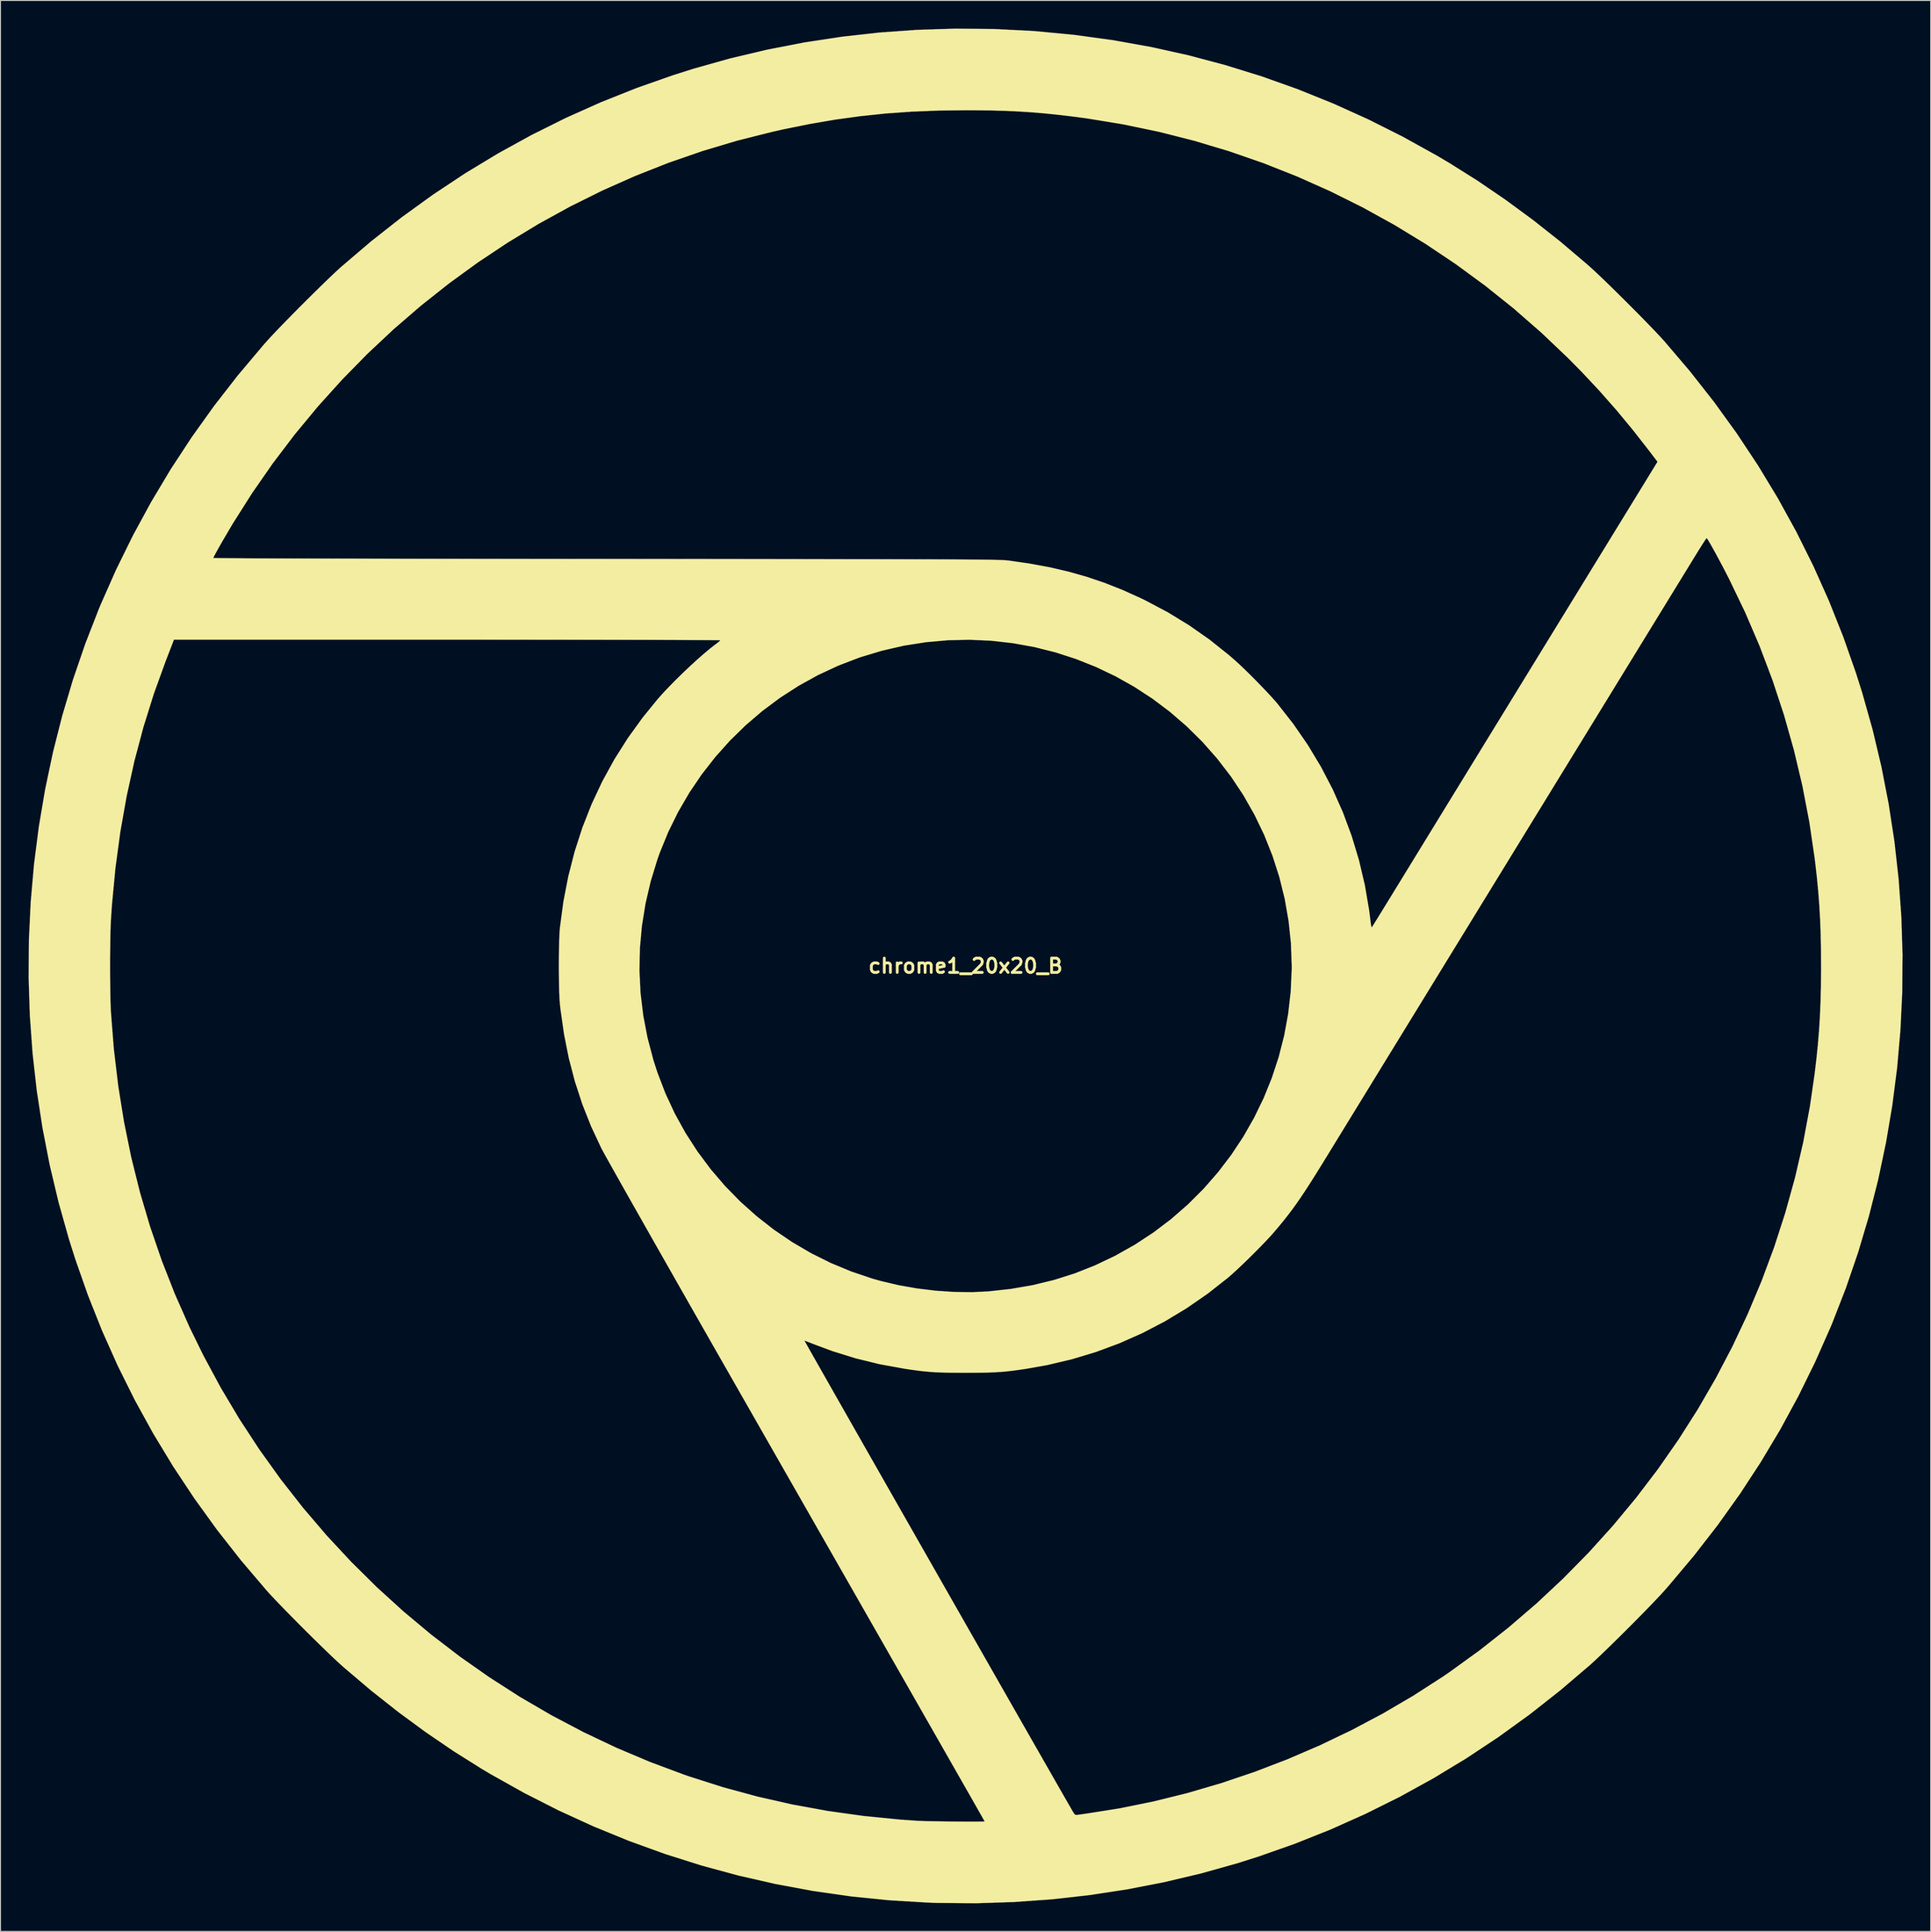
<source format=kicad_pcb>
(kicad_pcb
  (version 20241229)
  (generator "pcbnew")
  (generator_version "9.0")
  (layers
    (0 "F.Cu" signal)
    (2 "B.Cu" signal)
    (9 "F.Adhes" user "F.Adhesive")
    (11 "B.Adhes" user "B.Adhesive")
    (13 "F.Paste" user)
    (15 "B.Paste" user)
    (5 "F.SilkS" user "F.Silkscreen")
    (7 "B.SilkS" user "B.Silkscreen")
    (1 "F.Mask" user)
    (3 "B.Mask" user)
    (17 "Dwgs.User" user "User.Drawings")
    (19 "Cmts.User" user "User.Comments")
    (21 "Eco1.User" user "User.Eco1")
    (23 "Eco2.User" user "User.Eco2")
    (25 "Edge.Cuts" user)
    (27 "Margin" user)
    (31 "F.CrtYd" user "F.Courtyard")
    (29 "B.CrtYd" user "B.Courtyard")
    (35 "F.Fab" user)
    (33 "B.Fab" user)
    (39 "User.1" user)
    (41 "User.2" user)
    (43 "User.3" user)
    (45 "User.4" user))
  (footprint "chrome1_20x20_B"
    (layer "F.Cu")
    (at 99.968 99.975)
    (property "Reference" "chrome1_20x20_B" (at 0 0 0) (layer "F.SilkS") (effects (font (size 1.524 1.524) (thickness 0.3))))
    (attr through_hole)
    (fp_poly (pts (xy 2.979 -99.932) (xy 7.026 -99.73) (xy 7.493 -99.696) (xy 11.619 -99.301) (xy 15.703 -98.742) (xy 19.744 -98.02) (xy 23.74 -97.135) (xy 27.688 -96.087) (xy 31.587 -94.879) (xy 35.434 -93.51) (xy 39.227 -91.98) (xy 42.964 -90.291) (xy 46.643 -88.444) (xy 50.263 -86.438) (xy 51.604 -85.645) (xy 54.605 -83.76) (xy 57.595 -81.723) (xy 60.552 -79.55) (xy 63.453 -77.258) (xy 66.275 -74.863) (xy 66.633 -74.547) (xy 67.052 -74.166) (xy 67.569 -73.681) (xy 68.166 -73.11) (xy 68.823 -72.471) (xy 69.524 -71.783) (xy 70.25 -71.064) (xy 70.983 -70.332) (xy 71.705 -69.605) (xy 72.396 -68.901) (xy 73.041 -68.238) (xy 73.619 -67.636) (xy 74.113 -67.111) (xy 74.505 -66.682) (xy 74.549 -66.633) (xy 77.273 -63.435) (xy 79.847 -60.16) (xy 82.271 -56.808) (xy 84.543 -53.38) (xy 86.665 -49.876) (xy 88.635 -46.297) (xy 90.453 -42.644) (xy 92.119 -38.917) (xy 93.632 -35.117) (xy 94.992 -31.245) (xy 95.663 -29.125) (xy 96.764 -25.219) (xy 97.702 -21.275) (xy 98.478 -17.302) (xy 99.092 -13.304) (xy 99.543 -9.288) (xy 99.834 -5.26) (xy 99.963 -1.226) (xy 99.931 2.809) (xy 99.739 6.837) (xy 99.386 10.853) (xy 98.873 14.851) (xy 98.201 18.825) (xy 97.369 22.768) (xy 96.378 26.675) (xy 95.228 30.54) (xy 93.919 34.356) (xy 92.453 38.118) (xy 92.285 38.521) (xy 90.631 42.256) (xy 88.84 45.899) (xy 86.909 49.453) (xy 84.834 52.923) (xy 82.614 56.315) (xy 80.245 59.634) (xy 77.723 62.883) (xy 75.045 66.069) (xy 74.55 66.633) (xy 74.176 67.044) (xy 73.697 67.554) (xy 73.132 68.145) (xy 72.498 68.798) (xy 71.814 69.495) (xy 71.097 70.218) (xy 70.366 70.949) (xy 69.638 71.671) (xy 68.933 72.364) (xy 68.267 73.011) (xy 67.66 73.594) (xy 67.128 74.095) (xy 66.691 74.495) (xy 66.633 74.547) (xy 63.449 77.262) (xy 60.184 79.831) (xy 56.836 82.251) (xy 53.409 84.523) (xy 49.903 86.645) (xy 46.319 88.618) (xy 42.658 90.44) (xy 38.922 92.11) (xy 35.111 93.629) (xy 31.227 94.996) (xy 28.998 95.701) (xy 25.142 96.784) (xy 21.227 97.712) (xy 17.263 98.483) (xy 13.259 99.095) (xy 9.225 99.548) (xy 5.171 99.839) (xy 1.106 99.969) (xy -2.958 99.935) (xy -4.064 99.897) (xy -8.158 99.651) (xy -12.228 99.238) (xy -16.27 98.659) (xy -20.278 97.915) (xy -24.25 97.009) (xy -28.181 95.941) (xy -32.066 94.712) (xy -35.902 93.323) (xy -39.684 91.777) (xy -43.408 90.074) (xy -47.071 88.215) (xy -50.667 86.202) (xy -51.604 85.645) (xy -54.594 83.767) (xy -57.574 81.738) (xy -60.52 79.575) (xy -63.409 77.294) (xy -66.219 74.912) (xy -66.633 74.547) (xy -67.054 74.164) (xy -67.572 73.678) (xy -68.169 73.106) (xy -68.826 72.468) (xy -69.527 71.781) (xy -70.252 71.063) (xy -70.984 70.332) (xy -71.704 69.606) (xy -72.395 68.904) (xy -73.038 68.243) (xy -73.615 67.641) (xy -74.108 67.118) (xy -74.499 66.689) (xy -74.55 66.633) (xy -77.279 63.427) (xy -79.856 60.147) (xy -82.281 56.791) (xy -84.554 53.362) (xy -86.676 49.858) (xy -88.645 46.28) (xy -90.462 42.627) (xy -92.126 38.901) (xy -93.638 35.102) (xy -94.998 31.229) (xy -95.663 29.125) (xy -96.764 25.219) (xy -97.702 21.275) (xy -98.478 17.302) (xy -99.092 13.304) (xy -99.543 9.288) (xy -99.834 5.26) (xy -99.963 1.226) (xy -99.954 0.033) (xy -91.272 0.033) (xy -91.269 1.017) (xy -91.262 1.972) (xy -91.25 2.869) (xy -91.232 3.68) (xy -91.211 4.377) (xy -91.186 4.899) (xy -90.872 8.884) (xy -90.406 12.795) (xy -89.789 16.636) (xy -89.018 20.413) (xy -88.092 24.129) (xy -87.01 27.791) (xy -85.771 31.403) (xy -84.372 34.97) (xy -82.814 38.497) (xy -81.33 41.529) (xy -79.474 44.973) (xy -77.479 48.323) (xy -75.349 51.576) (xy -73.089 54.728) (xy -70.702 57.776) (xy -68.192 60.715) (xy -65.564 63.543) (xy -62.822 66.256) (xy -59.969 68.85) (xy -57.01 71.321) (xy -53.95 73.667) (xy -50.791 75.883) (xy -47.539 77.967) (xy -44.197 79.914) (xy -40.77 81.72) (xy -37.261 83.383) (xy -33.675 84.899) (xy -30.016 86.264) (xy -29.504 86.441) (xy -25.882 87.594) (xy -22.217 88.592) (xy -18.5 89.435) (xy -14.725 90.125) (xy -10.887 90.662) (xy -6.977 91.049) (xy -5.165 91.176) (xy -4.867 91.19) (xy -4.453 91.203) (xy -3.944 91.216) (xy -3.359 91.227) (xy -2.72 91.238) (xy -2.049 91.247) (xy -1.365 91.254) (xy -0.691 91.26) (xy -0.046 91.264) (xy 0.548 91.265) (xy 1.07 91.265) (xy 1.499 91.261) (xy 1.815 91.256) (xy 1.996 91.247) (xy 2.032 91.24) (xy 2.023 91.222) (xy 1.996 91.173) (xy 1.949 91.088) (xy 1.88 90.965) (xy 1.787 90.8) (xy 1.669 90.591) (xy 1.523 90.334) (xy 1.348 90.026) (xy 1.142 89.664) (xy 0.904 89.245) (xy 0.631 88.766) (xy 0.321 88.223) (xy -0.026 87.613) (xy -0.414 86.934) (xy -0.843 86.181) (xy -1.316 85.353) (xy -1.833 84.446) (xy -2.398 83.456) (xy -3.012 82.38) (xy -3.677 81.216) (xy -4.394 79.961) (xy -5.165 78.61) (xy -5.992 77.161) (xy -6.877 75.612) (xy -7.822 73.958) (xy -8.828 72.196) (xy -9.897 70.324) (xy -11.032 68.338) (xy -12.233 66.235) (xy -13.503 64.012) (xy -14.843 61.666) (xy -16.255 59.194) (xy -17.741 56.592) (xy -19.303 53.858) (xy -20.943 50.988) (xy -22.662 47.979) (xy -24.462 44.828) (xy -25.573 42.884) (xy -26.602 41.082) (xy -27.24 39.963) (xy -17.192 39.963) (xy -17.154 40.035) (xy -17.035 40.248) (xy -16.84 40.595) (xy -16.572 41.07) (xy -16.234 41.666) (xy -15.831 42.376) (xy -15.367 43.195) (xy -14.844 44.115) (xy -14.267 45.13) (xy -13.639 46.235) (xy -12.964 47.421) (xy -12.246 48.683) (xy -11.488 50.015) (xy -10.695 51.409) (xy -9.869 52.859) (xy -9.014 54.359) (xy -8.135 55.903) (xy -7.235 57.483) (xy -6.317 59.094) (xy -5.385 60.729) (xy -4.443 62.381) (xy -3.495 64.044) (xy -2.545 65.712) (xy -1.595 67.377) (xy -0.65 69.034) (xy 0.286 70.676) (xy 1.211 72.296) (xy 2.119 73.888) (xy 3.008 75.446) (xy 3.874 76.963) (xy 4.713 78.433) (xy 5.521 79.849) (xy 6.295 81.204) (xy 7.031 82.492) (xy 7.726 83.707) (xy 8.375 84.842) (xy 8.975 85.891) (xy 9.522 86.847) (xy 10.012 87.704) (xy 10.443 88.455) (xy 10.809 89.094) (xy 11.108 89.614) (xy 11.336 90.009) (xy 11.489 90.272) (xy 11.563 90.397) (xy 11.565 90.401) (xy 11.713 90.541) (xy 11.917 90.55) (xy 12.112 90.52) (xy 12.415 90.477) (xy 12.766 90.428) (xy 12.827 90.42) (xy 16.449 89.847) (xy 20.073 89.11) (xy 23.688 88.213) (xy 27.282 87.16) (xy 30.843 85.958) (xy 34.361 84.609) (xy 37.822 83.119) (xy 41.217 81.491) (xy 44.532 79.731) (xy 47.757 77.843) (xy 50.88 75.832) (xy 51.647 75.308) (xy 54.849 72.992) (xy 57.935 70.558) (xy 60.902 68.009) (xy 63.746 65.35) (xy 66.466 62.585) (xy 69.06 59.717) (xy 71.523 56.751) (xy 73.855 53.691) (xy 76.053 50.541) (xy 78.113 47.305) (xy 80.034 43.988) (xy 81.814 40.593) (xy 83.448 37.124) (xy 84.936 33.587) (xy 86.274 29.983) (xy 87.46 26.319) (xy 88.492 22.598) (xy 89.367 18.824) (xy 90.082 15) (xy 90.588 11.515) (xy 90.779 9.899) (xy 90.935 8.363) (xy 91.059 6.869) (xy 91.152 5.377) (xy 91.217 3.846) (xy 91.257 2.238) (xy 91.274 0.513) (xy 91.275 0) (xy 91.264 -1.766) (xy 91.231 -3.403) (xy 91.173 -4.951) (xy 91.088 -6.451) (xy 90.973 -7.94) (xy 90.827 -9.46) (xy 90.645 -11.049) (xy 90.588 -11.515) (xy 90.018 -15.381) (xy 89.282 -19.214) (xy 88.383 -23.009) (xy 87.323 -26.759) (xy 86.102 -30.46) (xy 84.723 -34.106) (xy 83.186 -37.691) (xy 81.495 -41.209) (xy 81.419 -41.36) (xy 81.073 -42.032) (xy 80.727 -42.694) (xy 80.389 -43.33) (xy 80.071 -43.921) (xy 79.779 -44.451) (xy 79.525 -44.904) (xy 79.317 -45.262) (xy 79.164 -45.508) (xy 79.077 -45.626) (xy 79.064 -45.634) (xy 79.005 -45.565) (xy 78.872 -45.372) (xy 78.677 -45.073) (xy 78.432 -44.689) (xy 78.152 -44.24) (xy 77.955 -43.921) (xy 77.837 -43.729) (xy 77.633 -43.397) (xy 77.348 -42.932) (xy 76.983 -42.337) (xy 76.542 -41.619) (xy 76.029 -40.783) (xy 75.446 -39.832) (xy 74.796 -38.774) (xy 74.083 -37.612) (xy 73.31 -36.353) (xy 72.48 -35) (xy 71.596 -33.56) (xy 70.661 -32.037) (xy 69.679 -30.436) (xy 68.653 -28.763) (xy 67.585 -27.023) (xy 66.479 -25.221) (xy 65.338 -23.362) (xy 64.165 -21.452) (xy 62.964 -19.494) (xy 61.737 -17.495) (xy 60.488 -15.46) (xy 59.22 -13.394) (xy 58.716 -12.573) (xy 57.432 -10.481) (xy 56.162 -8.411) (xy 54.909 -6.369) (xy 53.676 -4.36) (xy 52.467 -2.391) (xy 51.286 -0.466) (xy 50.135 1.41) (xy 49.018 3.23) (xy 47.938 4.989) (xy 46.9 6.682) (xy 45.905 8.303) (xy 44.957 9.847) (xy 44.06 11.309) (xy 43.218 12.682) (xy 42.433 13.961) (xy 41.708 15.142) (xy 41.048 16.218) (xy 40.456 17.184) (xy 39.934 18.034) (xy 39.487 18.763) (xy 39.117 19.366) (xy 38.828 19.837) (xy 38.624 20.171) (xy 38.584 20.235) (xy 37.891 21.361) (xy 37.271 22.357) (xy 36.711 23.24) (xy 36.2 24.028) (xy 35.725 24.738) (xy 35.275 25.386) (xy 34.838 25.99) (xy 34.401 26.568) (xy 33.953 27.136) (xy 33.481 27.711) (xy 32.975 28.31) (xy 32.857 28.448) (xy 32.461 28.892) (xy 31.967 29.419) (xy 31.401 30.005) (xy 30.789 30.622) (xy 30.159 31.245) (xy 29.536 31.847) (xy 28.947 32.402) (xy 28.419 32.884) (xy 27.982 33.263) (xy 25.82 34.961) (xy 23.579 36.509) (xy 21.263 37.906) (xy 18.875 39.151) (xy 16.417 40.242) (xy 13.894 41.178) (xy 11.308 41.957) (xy 8.661 42.579) (xy 6.519 42.959) (xy 5.753 43.072) (xy 5.07 43.165) (xy 4.438 43.238) (xy 3.825 43.294) (xy 3.199 43.335) (xy 2.529 43.363) (xy 1.784 43.381) (xy 0.93 43.389) (xy 0 43.392) (xy -0.984 43.389) (xy -1.83 43.38) (xy -2.57 43.362) (xy -3.237 43.333) (xy -3.861 43.291) (xy -4.474 43.234) (xy -5.108 43.16) (xy -5.795 43.066) (xy -6.519 42.959) (xy -9.148 42.48) (xy -11.698 41.858) (xy -14.185 41.087) (xy -16.21 40.334) (xy -16.577 40.189) (xy -16.885 40.07) (xy -17.102 39.991) (xy -17.192 39.963) (xy -27.24 39.963) (xy -27.614 39.308) (xy -28.605 37.57) (xy -29.573 35.872) (xy -30.513 34.222) (xy -31.421 32.625) (xy -32.295 31.088) (xy -33.131 29.617) (xy -33.924 28.219) (xy -34.672 26.899) (xy -35.372 25.665) (xy -36.018 24.522) (xy -36.609 23.476) (xy -37.14 22.534) (xy -37.607 21.702) (xy -38.008 20.987) (xy -38.339 20.394) (xy -38.595 19.93) (xy -38.775 19.602) (xy -38.865 19.431) (xy -39.95 17.115) (xy -40.887 14.749) (xy -41.68 12.324) (xy -42.332 9.827) (xy -42.845 7.247) (xy -43.224 4.573) (xy -43.28 4.064) (xy -43.315 3.62) (xy -43.344 3.036) (xy -43.366 2.341) (xy -43.381 1.563) (xy -43.39 0.731) (xy -43.391 0.507) (xy -34.797 0.507) (xy -34.678 2.899) (xy -34.391 5.286) (xy -33.936 7.661) (xy -33.314 10.019) (xy -32.879 11.37) (xy -32.027 13.593) (xy -31.027 15.741) (xy -29.886 17.806) (xy -28.611 19.784) (xy -27.207 21.667) (xy -25.682 23.451) (xy -24.043 25.127) (xy -22.295 26.691) (xy -20.447 28.136) (xy -18.503 29.456) (xy -16.472 30.644) (xy -14.359 31.695) (xy -12.171 32.602) (xy -9.916 33.359) (xy -9.048 33.604) (xy -7.15 34.052) (xy -5.181 34.399) (xy -3.182 34.64) (xy -1.192 34.773) (xy 0.753 34.793) (xy 2.422 34.712) (xy 4.842 34.448) (xy 7.175 34.043) (xy 9.435 33.494) (xy 11.633 32.798) (xy 13.783 31.949) (xy 15.896 30.946) (xy 15.96 30.913) (xy 18.059 29.733) (xy 20.056 28.422) (xy 21.945 26.988) (xy 23.722 25.439) (xy 25.384 23.78) (xy 26.925 22.019) (xy 28.342 20.163) (xy 29.631 18.219) (xy 30.786 16.194) (xy 31.805 14.094) (xy 32.682 11.928) (xy 33.413 9.701) (xy 33.995 7.422) (xy 34.422 5.096) (xy 34.69 2.731) (xy 34.796 0.334) (xy 34.798 0) (xy 34.714 -2.406) (xy 34.464 -4.792) (xy 34.052 -7.15) (xy 33.479 -9.472) (xy 32.748 -11.747) (xy 31.864 -13.967) (xy 30.828 -16.123) (xy 29.643 -18.207) (xy 28.324 -20.193) (xy 26.85 -22.111) (xy 25.267 -23.905) (xy 23.582 -25.57) (xy 21.803 -27.105) (xy 19.937 -28.508) (xy 17.992 -29.777) (xy 15.975 -30.908) (xy 13.892 -31.899) (xy 11.752 -32.749) (xy 9.562 -33.455) (xy 7.328 -34.014) (xy 5.059 -34.425) (xy 2.762 -34.684) (xy 0.444 -34.79) (xy -1.888 -34.74) (xy -4.226 -34.532) (xy -6.563 -34.164) (xy -8.892 -33.632) (xy -11.205 -32.936) (xy -11.351 -32.886) (xy -13.579 -32.032) (xy -15.733 -31.03) (xy -17.806 -29.886) (xy -19.791 -28.606) (xy -21.681 -27.198) (xy -23.471 -25.668) (xy -25.153 -24.022) (xy -26.721 -22.267) (xy -28.169 -20.41) (xy -29.49 -18.456) (xy -30.677 -16.412) (xy -31.725 -14.285) (xy -32.626 -12.082) (xy -32.879 -11.37) (xy -33.598 -9.023) (xy -34.149 -6.656) (xy -34.533 -4.276) (xy -34.749 -1.887) (xy -34.797 0.507) (xy -43.391 0.507) (xy -43.392 -0.125) (xy -43.388 -0.977) (xy -43.377 -1.796) (xy -43.36 -2.553) (xy -43.336 -3.219) (xy -43.306 -3.765) (xy -43.28 -4.064) (xy -42.908 -6.851) (xy -42.383 -9.562) (xy -41.707 -12.2) (xy -40.878 -14.764) (xy -39.897 -17.255) (xy -38.762 -19.674) (xy -37.474 -22.022) (xy -36.033 -24.299) (xy -34.437 -26.506) (xy -32.857 -28.448) (xy -32.296 -29.078) (xy -31.648 -29.766) (xy -30.937 -30.488) (xy -30.189 -31.223) (xy -29.426 -31.946) (xy -28.673 -32.636) (xy -27.954 -33.269) (xy -27.295 -33.822) (xy -26.718 -34.272) (xy -26.654 -34.319) (xy -26.415 -34.501) (xy -26.241 -34.649) (xy -26.167 -34.732) (xy -26.167 -34.734) (xy -26.25 -34.739) (xy -26.497 -34.744) (xy -26.9 -34.749) (xy -27.455 -34.753) (xy -28.154 -34.757) (xy -28.993 -34.762) (xy -29.964 -34.766) (xy -31.061 -34.77) (xy -32.279 -34.773) (xy -33.612 -34.777) (xy -35.053 -34.78) (xy -36.595 -34.783) (xy -38.234 -34.786) (xy -39.963 -34.788) (xy -41.776 -34.791) (xy -43.666 -34.793) (xy -45.628 -34.794) (xy -47.656 -34.796) (xy -49.742 -34.797) (xy -51.883 -34.798) (xy -54.07 -34.798) (xy -55.311 -34.798) (xy -84.461 -34.798) (xy -84.599 -34.438) (xy -84.672 -34.247) (xy -84.795 -33.929) (xy -84.955 -33.517) (xy -85.139 -33.041) (xy -85.336 -32.534) (xy -85.344 -32.512) (xy -86.606 -29.029) (xy -87.721 -25.463) (xy -88.69 -21.818) (xy -89.51 -18.096) (xy -90.182 -14.3) (xy -90.705 -10.435) (xy -91.078 -6.502) (xy -91.186 -4.899) (xy -91.212 -4.334) (xy -91.234 -3.629) (xy -91.251 -2.811) (xy -91.262 -1.91) (xy -91.27 -0.952) (xy -91.272 0.033) (xy -99.954 0.033) (xy -99.931 -2.809) (xy -99.739 -6.837) (xy -99.386 -10.853) (xy -98.873 -14.851) (xy -98.201 -18.825) (xy -97.369 -22.768) (xy -96.378 -26.675) (xy -95.228 -30.54) (xy -93.919 -34.356) (xy -92.453 -38.118) (xy -92.285 -38.521) (xy -90.625 -42.269) (xy -90.01 -43.518) (xy -80.264 -43.518) (xy -80.18 -43.511) (xy -79.927 -43.505) (xy -79.508 -43.498) (xy -78.924 -43.492) (xy -78.176 -43.486) (xy -77.266 -43.48) (xy -76.195 -43.474) (xy -74.964 -43.468) (xy -73.576 -43.463) (xy -72.03 -43.458) (xy -70.329 -43.453) (xy -68.474 -43.448) (xy -66.466 -43.443) (xy -64.308 -43.439) (xy -61.999 -43.435) (xy -59.542 -43.431) (xy -56.938 -43.427) (xy -54.188 -43.424) (xy -51.295 -43.42) (xy -48.258 -43.417) (xy -45.08 -43.414) (xy -41.762 -43.412) (xy -38.417 -43.41) (xy -35.225 -43.407) (xy -32.198 -43.405) (xy -29.331 -43.403) (xy -26.62 -43.401) (xy -24.061 -43.399) (xy -21.648 -43.397) (xy -19.378 -43.395) (xy -17.246 -43.393) (xy -15.247 -43.391) (xy -13.378 -43.388) (xy -11.633 -43.386) (xy -10.008 -43.383) (xy -8.498 -43.381) (xy -7.1 -43.378) (xy -5.808 -43.375) (xy -4.619 -43.371) (xy -3.527 -43.368) (xy -2.528 -43.364) (xy -1.618 -43.36) (xy -0.792 -43.355) (xy -0.046 -43.351) (xy 0.625 -43.346) (xy 1.225 -43.34) (xy 1.758 -43.335) (xy 2.23 -43.329) (xy 2.644 -43.322) (xy 3.006 -43.315) (xy 3.319 -43.308) (xy 3.588 -43.301) (xy 3.818 -43.292) (xy 4.013 -43.284) (xy 4.178 -43.275) (xy 4.316 -43.265) (xy 4.433 -43.255) (xy 4.533 -43.244) (xy 4.563 -43.241) (xy 6.826 -42.916) (xy 8.959 -42.522) (xy 10.99 -42.052) (xy 12.947 -41.497) (xy 14.859 -40.848) (xy 16.754 -40.098) (xy 18.659 -39.238) (xy 19.177 -38.987) (xy 21.571 -37.72) (xy 23.855 -36.325) (xy 26.035 -34.799) (xy 28.115 -33.138) (xy 28.744 -32.592) (xy 29.214 -32.163) (xy 29.758 -31.646) (xy 30.349 -31.067) (xy 30.96 -30.454) (xy 31.565 -29.833) (xy 32.138 -29.232) (xy 32.653 -28.677) (xy 33.083 -28.195) (xy 33.264 -27.982) (xy 34.964 -25.812) (xy 36.515 -23.564) (xy 37.914 -21.24) (xy 39.161 -18.846) (xy 40.255 -16.384) (xy 41.192 -13.859) (xy 41.973 -11.273) (xy 42.594 -8.631) (xy 43.056 -5.935) (xy 43.224 -4.585) (xy 43.263 -4.323) (xy 43.307 -4.156) (xy 43.346 -4.12) (xy 43.398 -4.201) (xy 43.533 -4.416) (xy 43.743 -4.755) (xy 44.022 -5.206) (xy 44.363 -5.759) (xy 44.76 -6.404) (xy 45.206 -7.13) (xy 45.695 -7.927) (xy 46.221 -8.783) (xy 46.776 -9.688) (xy 47.221 -10.414) (xy 47.615 -11.057) (xy 48.092 -11.836) (xy 48.647 -12.741) (xy 49.274 -13.763) (xy 49.967 -14.893) (xy 50.721 -16.122) (xy 51.53 -17.442) (xy 52.389 -18.843) (xy 53.293 -20.315) (xy 54.235 -21.851) (xy 55.21 -23.441) (xy 56.213 -25.076) (xy 57.238 -26.747) (xy 58.28 -28.444) (xy 59.332 -30.16) (xy 60.39 -31.884) (xy 61.448 -33.608) (xy 62.428 -35.205) (xy 73.823 -53.774) (xy 73.007 -54.848) (xy 71.23 -57.124) (xy 69.451 -59.273) (xy 67.637 -61.332) (xy 65.754 -63.341) (xy 64.282 -64.833) (xy 61.431 -67.544) (xy 58.48 -70.12) (xy 55.432 -72.559) (xy 52.293 -74.859) (xy 49.067 -77.019) (xy 45.757 -79.035) (xy 42.369 -80.906) (xy 38.907 -82.63) (xy 35.374 -84.205) (xy 31.776 -85.628) (xy 28.117 -86.897) (xy 24.4 -88.01) (xy 20.631 -88.966) (xy 16.813 -89.762) (xy 12.952 -90.395) (xy 11.478 -90.593) (xy 9.941 -90.775) (xy 8.481 -90.925) (xy 7.061 -91.045) (xy 5.644 -91.137) (xy 4.193 -91.203) (xy 2.67 -91.246) (xy 1.037 -91.267) (xy 0 -91.27) (xy -2.942 -91.232) (xy -5.768 -91.118) (xy -8.512 -90.921) (xy -11.211 -90.64) (xy -13.9 -90.269) (xy -16.615 -89.804) (xy -19.392 -89.243) (xy -20.609 -88.971) (xy -24.358 -88.027) (xy -28.052 -86.924) (xy -31.688 -85.667) (xy -35.26 -84.257) (xy -38.764 -82.699) (xy -42.196 -80.996) (xy -45.551 -79.151) (xy -48.825 -77.167) (xy -52.013 -75.049) (xy -55.111 -72.798) (xy -58.114 -70.419) (xy -61.018 -67.915) (xy -63.819 -65.289) (xy -66.511 -62.545) (xy -69.091 -59.685) (xy -71.554 -56.714) (xy -73.895 -53.634) (xy -76.11 -50.449) (xy -78.194 -47.162) (xy -79.293 -45.295) (xy -79.57 -44.809) (xy -79.816 -44.37) (xy -80.019 -44) (xy -80.168 -43.721) (xy -80.251 -43.554) (xy -80.264 -43.518) (xy -90.01 -43.518) (xy -88.825 -45.925) (xy -86.885 -49.493) (xy -84.801 -52.976) (xy -82.57 -56.38) (xy -80.19 -59.708) (xy -77.659 -62.963) (xy -74.973 -66.151) (xy -74.549 -66.633) (xy -74.172 -67.047) (xy -73.69 -67.561) (xy -73.122 -68.154) (xy -72.486 -68.809) (xy -71.799 -69.509) (xy -71.081 -70.234) (xy -70.348 -70.966) (xy -69.621 -71.688) (xy -68.915 -72.381) (xy -68.25 -73.028) (xy -67.645 -73.609) (xy -67.116 -74.107) (xy -66.682 -74.503) (xy -66.633 -74.547) (xy -63.446 -77.265) (xy -60.178 -79.835) (xy -56.829 -82.256) (xy -53.401 -84.528) (xy -49.895 -86.65) (xy -46.311 -88.622) (xy -42.65 -90.444) (xy -38.914 -92.114) (xy -35.104 -93.632) (xy -31.219 -94.998) (xy -28.998 -95.701) (xy -25.127 -96.789) (xy -21.201 -97.719) (xy -17.23 -98.491) (xy -13.223 -99.103) (xy -9.189 -99.554) (xy -5.137 -99.843) (xy -1.078 -99.97) (xy 2.979 -99.932)) (stroke (width 0.01) (type solid)) (fill yes) (layer "F.SilkS")))
  (gr_rect
    (start -3 -3)
    (end 202.936 202.948)
    (stroke (width 0.1) (type default))
    (fill no)
    (layer "Edge.Cuts")))
</source>
